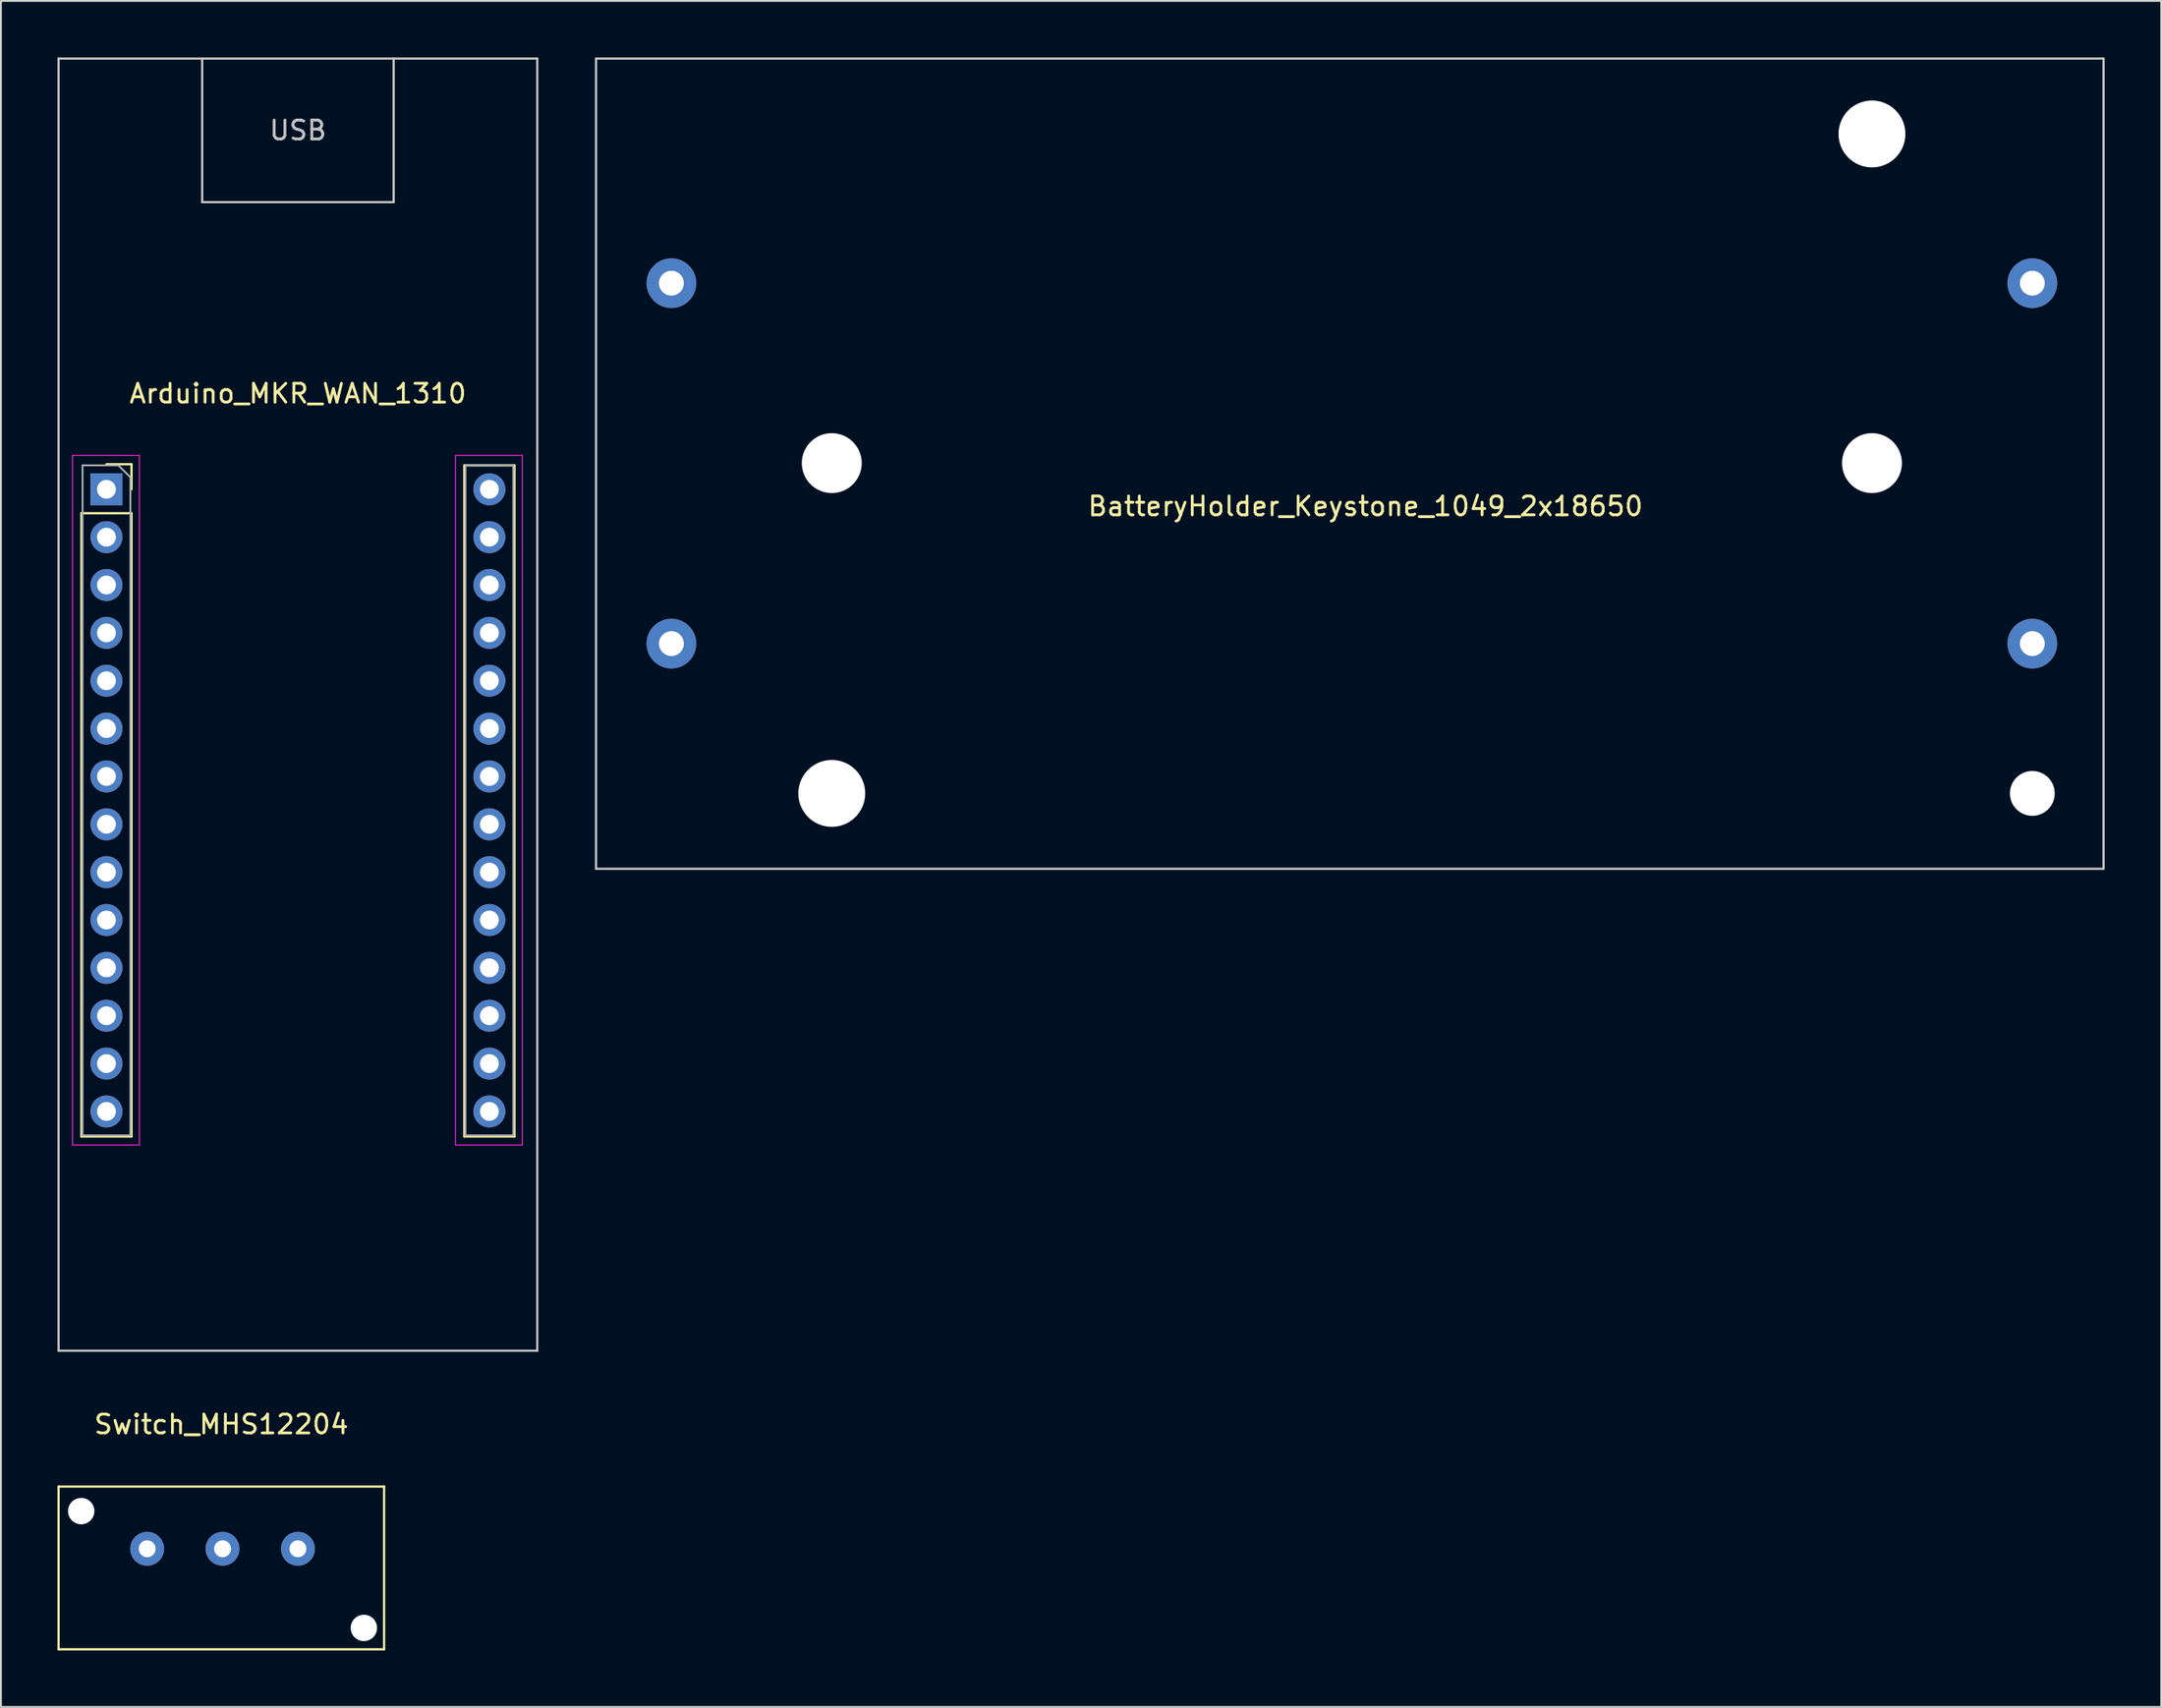
<source format=kicad_pcb>
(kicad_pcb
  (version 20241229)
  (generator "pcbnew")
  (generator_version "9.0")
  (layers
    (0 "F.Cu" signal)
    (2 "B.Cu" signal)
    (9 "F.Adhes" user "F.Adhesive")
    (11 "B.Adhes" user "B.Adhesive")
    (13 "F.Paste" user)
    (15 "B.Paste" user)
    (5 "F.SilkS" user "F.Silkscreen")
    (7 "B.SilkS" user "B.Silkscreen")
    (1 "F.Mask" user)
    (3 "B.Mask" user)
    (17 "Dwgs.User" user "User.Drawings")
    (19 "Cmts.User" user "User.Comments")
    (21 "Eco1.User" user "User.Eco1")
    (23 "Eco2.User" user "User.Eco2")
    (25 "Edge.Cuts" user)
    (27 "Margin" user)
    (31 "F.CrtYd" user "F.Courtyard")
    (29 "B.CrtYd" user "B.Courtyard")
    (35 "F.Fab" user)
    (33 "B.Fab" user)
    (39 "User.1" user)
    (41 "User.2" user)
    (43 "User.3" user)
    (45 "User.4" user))
  (footprint "BatteryHolder_Keystone_1049_2x18650"
    (layer "F.Cu")
    (at 32.58 39.06)
    (property "Reference" "BatteryHolder_Keystone_1049_2x18650" (at 36.83 -15.24 0) (layer "F.SilkS") (effects (font (size 1 1) (thickness 0.15))))
    (attr through_hole)
    (fp_line (start -4 -39) (end 76 -39) (stroke (width 0.12) (type solid)) (layer "Dwgs.User"))
    (fp_line (start -4 4) (end -4 -39) (stroke (width 0.12) (type solid)) (layer "Dwgs.User"))
    (fp_line (start -4 4) (end 76 4) (stroke (width 0.12) (type solid)) (layer "Dwgs.User"))
    (fp_line (start 76 4) (end 76 -39) (stroke (width 0.12) (type solid)) (layer "Dwgs.User"))
    (pad "" np_thru_hole circle (at 8.51 -17.53) (size 3.18 3.18) (drill 3.18) (layers "*.Cu" "*.Mask"))
    (pad "" np_thru_hole circle (at 8.51 0) (size 3.55 3.55) (drill 3.55) (layers "*.Cu" "*.Mask"))
    (pad "" np_thru_hole circle (at 63.71 -35) (size 3.55 3.55) (drill 3.55) (layers "*.Cu" "*.Mask"))
    (pad "" np_thru_hole circle (at 63.71 -17.53) (size 3.18 3.18) (drill 3.18) (layers "*.Cu" "*.Mask"))
    (pad "" np_thru_hole circle (at 72.22 0) (size 2.38 2.38) (drill 2.38) (layers "*.Cu" "*.Mask"))
    (pad "1" thru_hole circle (at 0 -7.95) (size 2.64 2.64) (drill 1.32) (layers "*.Cu" "*.Mask"))
    (pad "2" thru_hole circle (at 72.22 -7.95) (size 2.64 2.64) (drill 1.32) (layers "*.Cu" "*.Mask"))
    (pad "3" thru_hole circle (at 0 -27.08) (size 2.64 2.64) (drill 1.32) (layers "*.Cu" "*.Mask"))
    (pad "4" thru_hole circle (at 72.22 -27.08) (size 2.64 2.64) (drill 1.32) (layers "*.Cu" "*.Mask")))
  (footprint "Arduino_MKR_WAN_1310"
    (layer "F.Cu")
    (at 2.6 22.92)
    (property "Reference" "Arduino_MKR_WAN_1310" (at 10.16 -5.08 0) (layer "F.SilkS") (effects (font (size 1 1) (thickness 0.15))))
    (attr through_hole)
    (fp_line (start -1.33 1.27) (end -1.33 34.35) (stroke (width 0.12) (type solid)) (layer "F.SilkS"))
    (fp_line (start -1.33 1.27) (end 1.33 1.27) (stroke (width 0.12) (type solid)) (layer "F.SilkS"))
    (fp_line (start -1.33 34.35) (end 1.33 34.35) (stroke (width 0.12) (type solid)) (layer "F.SilkS"))
    (fp_line (start 0 -1.33) (end 1.33 -1.33) (stroke (width 0.12) (type solid)) (layer "F.SilkS"))
    (fp_line (start 1.33 -1.33) (end 1.33 0) (stroke (width 0.12) (type solid)) (layer "F.SilkS"))
    (fp_line (start 1.33 1.27) (end 1.33 34.35) (stroke (width 0.12) (type solid)) (layer "F.SilkS"))
    (fp_line (start 18.99 -1.27) (end 18.99 34.35) (stroke (width 0.12) (type solid)) (layer "F.SilkS"))
    (fp_line (start 18.99 -1.27) (end 21.65 -1.27) (stroke (width 0.12) (type solid)) (layer "F.SilkS"))
    (fp_line (start 18.99 34.35) (end 21.65 34.35) (stroke (width 0.12) (type solid)) (layer "F.SilkS"))
    (fp_line (start 21.65 -1.27) (end 21.65 34.35) (stroke (width 0.12) (type solid)) (layer "F.SilkS"))
    (fp_line (start -2.54 -22.86) (end -2.54 45.72) (stroke (width 0.12) (type solid)) (layer "Dwgs.User"))
    (fp_line (start -2.54 45.72) (end 22.86 45.72) (stroke (width 0.12) (type solid)) (layer "Dwgs.User"))
    (fp_line (start 5.08 -22.86) (end 5.08 -15.24) (stroke (width 0.12) (type solid)) (layer "Dwgs.User"))
    (fp_line (start 5.08 -15.24) (end 15.24 -15.24) (stroke (width 0.12) (type solid)) (layer "Dwgs.User"))
    (fp_line (start 15.24 -15.24) (end 15.24 -22.86) (stroke (width 0.12) (type solid)) (layer "Dwgs.User"))
    (fp_line (start 22.86 -22.86) (end -2.54 -22.86) (stroke (width 0.12) (type solid)) (layer "Dwgs.User"))
    (fp_line (start 22.86 45.72) (end 22.86 -22.86) (stroke (width 0.12) (type solid)) (layer "Dwgs.User"))
    (fp_line (start -1.8 -1.8) (end 1.75 -1.8) (stroke (width 0.05) (type solid)) (layer "F.CrtYd"))
    (fp_line (start -1.8 34.8) (end -1.8 -1.8) (stroke (width 0.05) (type solid)) (layer "F.CrtYd"))
    (fp_line (start 1.75 -1.8) (end 1.75 34.8) (stroke (width 0.05) (type solid)) (layer "F.CrtYd"))
    (fp_line (start 1.75 34.8) (end -1.8 34.8) (stroke (width 0.05) (type solid)) (layer "F.CrtYd"))
    (fp_line (start 18.52 -1.8) (end 22.07 -1.8) (stroke (width 0.05) (type solid)) (layer "F.CrtYd"))
    (fp_line (start 18.52 34.8) (end 18.52 -1.8) (stroke (width 0.05) (type solid)) (layer "F.CrtYd"))
    (fp_line (start 22.07 -1.8) (end 22.07 34.8) (stroke (width 0.05) (type solid)) (layer "F.CrtYd"))
    (fp_line (start 22.07 34.8) (end 18.52 34.8) (stroke (width 0.05) (type solid)) (layer "F.CrtYd"))
    (fp_line (start -1.27 -1.27) (end 0.635 -1.27) (stroke (width 0.1) (type solid)) (layer "F.Fab"))
    (fp_line (start -1.27 34.29) (end -1.27 -1.27) (stroke (width 0.1) (type solid)) (layer "F.Fab"))
    (fp_line (start 0.635 -1.27) (end 1.27 -0.635) (stroke (width 0.1) (type solid)) (layer "F.Fab"))
    (fp_line (start 1.27 -0.635) (end 1.27 34.29) (stroke (width 0.1) (type solid)) (layer "F.Fab"))
    (fp_line (start 1.27 34.29) (end -1.27 34.29) (stroke (width 0.1) (type solid)) (layer "F.Fab"))
    (fp_line (start 19.05 -1.27) (end 21.59 -1.27) (stroke (width 0.1) (type solid)) (layer "F.Fab"))
    (fp_line (start 19.05 34.29) (end 19.05 -1.27) (stroke (width 0.1) (type solid)) (layer "F.Fab"))
    (fp_line (start 21.59 -1.27) (end 21.59 34.29) (stroke (width 0.1) (type solid)) (layer "F.Fab"))
    (fp_line (start 21.59 34.29) (end 19.05 34.29) (stroke (width 0.1) (type solid)) (layer "F.Fab"))
    (fp_text user "USB" (at 10.16 -19.05 0) (layer "Dwgs.User") (effects (font (size 1 1) (thickness 0.15))))
    (pad "1" thru_hole rect (at 0 0) (size 1.7 1.7) (drill 1) (layers "*.Cu" "*.Mask"))
    (pad "2" thru_hole oval (at 0 2.54) (size 1.7 1.7) (drill 1) (layers "*.Cu" "*.Mask"))
    (pad "3" thru_hole oval (at 0 5.08) (size 1.7 1.7) (drill 1) (layers "*.Cu" "*.Mask"))
    (pad "4" thru_hole oval (at 0 7.62) (size 1.7 1.7) (drill 1) (layers "*.Cu" "*.Mask"))
    (pad "5" thru_hole oval (at 0 10.16) (size 1.7 1.7) (drill 1) (layers "*.Cu" "*.Mask"))
    (pad "6" thru_hole oval (at 0 12.7) (size 1.7 1.7) (drill 1) (layers "*.Cu" "*.Mask"))
    (pad "7" thru_hole oval (at 0 15.24) (size 1.7 1.7) (drill 1) (layers "*.Cu" "*.Mask"))
    (pad "8" thru_hole oval (at 0 17.78) (size 1.7 1.7) (drill 1) (layers "*.Cu" "*.Mask"))
    (pad "9" thru_hole oval (at 0 20.32) (size 1.7 1.7) (drill 1) (layers "*.Cu" "*.Mask"))
    (pad "10" thru_hole oval (at 0 22.86) (size 1.7 1.7) (drill 1) (layers "*.Cu" "*.Mask"))
    (pad "11" thru_hole oval (at 0 25.4) (size 1.7 1.7) (drill 1) (layers "*.Cu" "*.Mask"))
    (pad "12" thru_hole oval (at 0 27.94) (size 1.7 1.7) (drill 1) (layers "*.Cu" "*.Mask"))
    (pad "13" thru_hole oval (at 0 30.48) (size 1.7 1.7) (drill 1) (layers "*.Cu" "*.Mask"))
    (pad "14" thru_hole oval (at 0 33.02) (size 1.7 1.7) (drill 1) (layers "*.Cu" "*.Mask"))
    (pad "15" thru_hole oval (at 20.32 33.02) (size 1.7 1.7) (drill 1) (layers "*.Cu" "*.Mask"))
    (pad "16" thru_hole oval (at 20.32 30.48) (size 1.7 1.7) (drill 1) (layers "*.Cu" "*.Mask"))
    (pad "17" thru_hole oval (at 20.32 27.94) (size 1.7 1.7) (drill 1) (layers "*.Cu" "*.Mask"))
    (pad "18" thru_hole oval (at 20.32 25.4) (size 1.7 1.7) (drill 1) (layers "*.Cu" "*.Mask"))
    (pad "19" thru_hole oval (at 20.32 22.86) (size 1.7 1.7) (drill 1) (layers "*.Cu" "*.Mask"))
    (pad "20" thru_hole oval (at 20.32 20.32) (size 1.7 1.7) (drill 1) (layers "*.Cu" "*.Mask"))
    (pad "21" thru_hole oval (at 20.32 17.78) (size 1.7 1.7) (drill 1) (layers "*.Cu" "*.Mask"))
    (pad "22" thru_hole oval (at 20.32 15.24) (size 1.7 1.7) (drill 1) (layers "*.Cu" "*.Mask"))
    (pad "23" thru_hole oval (at 20.32 12.7) (size 1.7 1.7) (drill 1) (layers "*.Cu" "*.Mask"))
    (pad "24" thru_hole oval (at 20.32 10.16) (size 1.7 1.7) (drill 1) (layers "*.Cu" "*.Mask"))
    (pad "25" thru_hole oval (at 20.32 7.62) (size 1.7 1.7) (drill 1) (layers "*.Cu" "*.Mask"))
    (pad "26" thru_hole oval (at 20.32 5.08) (size 1.7 1.7) (drill 1) (layers "*.Cu" "*.Mask"))
    (pad "27" thru_hole oval (at 20.32 2.54) (size 1.7 1.7) (drill 1) (layers "*.Cu" "*.Mask"))
    (pad "28" thru_hole oval (at 20.32 0) (size 1.7 1.7) (drill 1) (layers "*.Cu" "*.Mask")))
  (footprint "Switch_MHS12204"
    (layer "F.Cu")
    (at 12.76 79.152)
    (property "Reference" "Switch_MHS12204" (at -4.064 -6.604 0) (layer "F.SilkS") (effects (font (size 1 1) (thickness 0.15))))
    (attr through_hole)
    (fp_line (start -12.7 -3.302) (end 4.572 -3.302) (stroke (width 0.12) (type solid)) (layer "F.SilkS"))
    (fp_line (start -12.7 5.334) (end -12.7 -3.302) (stroke (width 0.12) (type solid)) (layer "F.SilkS"))
    (fp_line (start 4.572 -3.302) (end 4.572 5.334) (stroke (width 0.12) (type solid)) (layer "F.SilkS"))
    (fp_line (start 4.572 5.334) (end -12.7 5.334) (stroke (width 0.12) (type solid)) (layer "F.SilkS"))
    (pad "" np_thru_hole circle (at -11.5 -2) (size 1.4 1.4) (drill 1.4) (layers "*.Cu" "*.Mask"))
    (pad "" np_thru_hole circle (at 3.5 4.2) (size 1.4 1.4) (drill 1.4) (layers "*.Cu" "*.Mask"))
    (pad "1" thru_hole circle (at 0 0) (size 1.8 1.8) (drill 0.9) (layers "*.Cu" "*.Mask"))
    (pad "2" thru_hole circle (at -4 0) (size 1.8 1.8) (drill 0.9) (layers "*.Cu" "*.Mask"))
    (pad "3" thru_hole circle (at -8 0) (size 1.8 1.8) (drill 0.9) (layers "*.Cu" "*.Mask")))
  (gr_rect
    (start -3 -3)
    (end 111.64 87.546)
    (stroke (width 0.1) (type default))
    (fill no)
    (layer "Edge.Cuts")))
</source>
